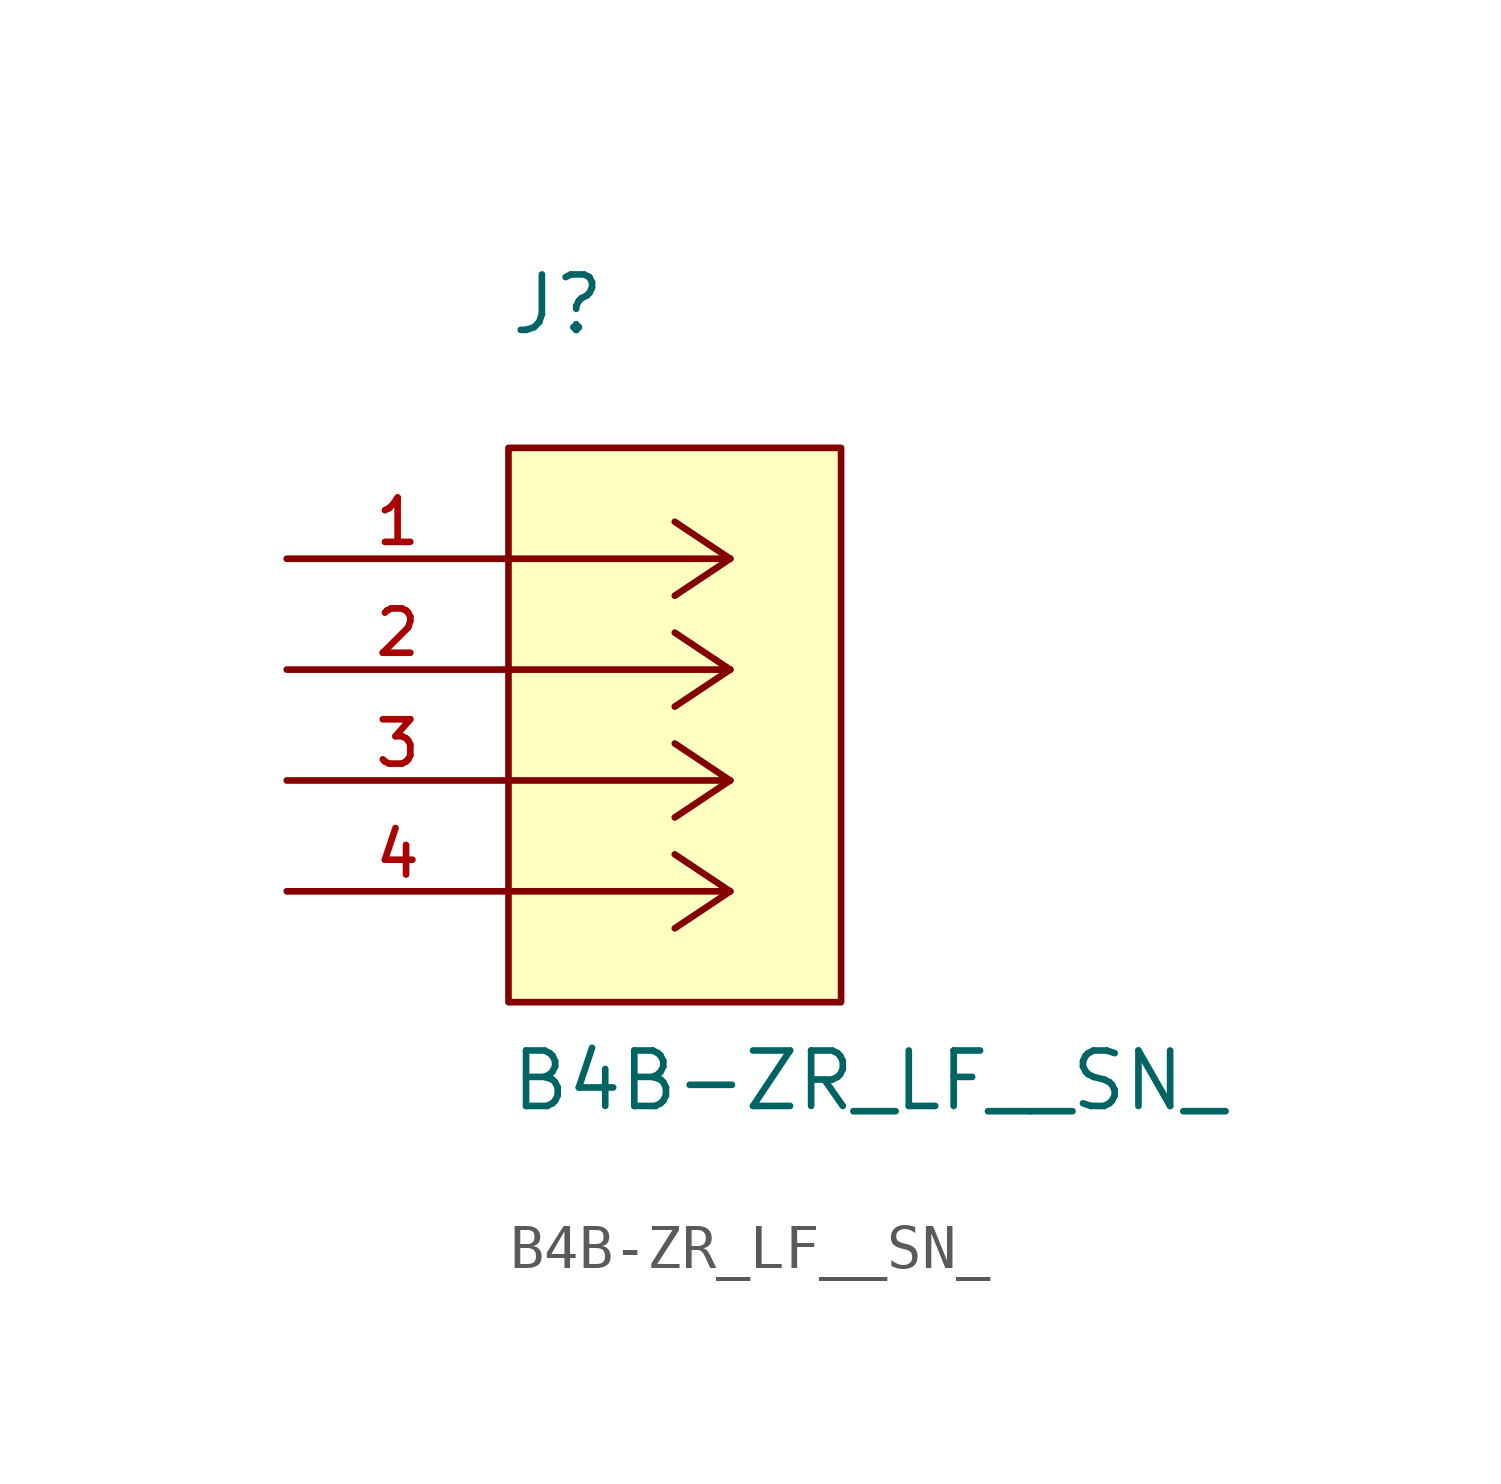
<source format=kicad_sym>
(kicad_symbol_lib
  (version 20211014)
  (generator kicad_symbol_editor)
  (symbol "B4B-ZR_LF__SN_"
    (pin_names
      (offset 1.016))
    (property "Reference" "J"
      (at 5.08 5.08 0)
      (effects (font (size 1.27 1.27)) (justify bottom left)))
    (property "Value" "B4B-ZR_LF__SN_"
      (at 5.08 -12.7 0)
      (effects (font (size 1.27 1.27)) (justify bottom left)))
    (symbol "B4B-ZR_LF__SN__0_0"
      (polyline (pts (xy 10.16 0.0) (xy 5.08 0.0)) (stroke (width 0.152)))
      (polyline (pts (xy 10.16 -2.54) (xy 5.08 -2.54)) (stroke (width 0.152)))
      (polyline (pts (xy 10.16 -5.08) (xy 5.08 -5.08)) (stroke (width 0.152)))
      (polyline (pts (xy 10.16 -7.62) (xy 5.08 -7.62)) (stroke (width 0.152)))
      (polyline (pts (xy 10.16 0.0) (xy 8.89 0.847)) (stroke (width 0.152)))
      (polyline (pts (xy 10.16 -2.54) (xy 8.89 -1.693)) (stroke (width 0.152)))
      (polyline (pts (xy 10.16 -5.08) (xy 8.89 -4.233)) (stroke (width 0.152)))
      (polyline (pts (xy 10.16 -7.62) (xy 8.89 -6.773)) (stroke (width 0.152)))
      (polyline (pts (xy 10.16 0.0) (xy 8.89 -0.847)) (stroke (width 0.152)))
      (polyline (pts (xy 10.16 -2.54) (xy 8.89 -3.387)) (stroke (width 0.152)))
      (polyline (pts (xy 10.16 -5.08) (xy 8.89 -5.927)) (stroke (width 0.152)))
      (polyline (pts (xy 10.16 -7.62) (xy 8.89 -8.467)) (stroke (width 0.152)))
      (rectangle (start 5.08 -10.16) (end 12.7 2.54) (stroke (width 0.152)) (fill (type background)))
      (pin passive line (at 0.0 0.0 0) (length 5.08) (name "~" (effects (font (size 1.016 1.016)))) (number "1" (effects (font (size 1.016 1.016)))))
      (pin passive line (at 0.0 -2.54 0) (length 5.08) (name "~" (effects (font (size 1.016 1.016)))) (number "2" (effects (font (size 1.016 1.016)))))
      (pin passive line (at 0.0 -5.08 0) (length 5.08) (name "~" (effects (font (size 1.016 1.016)))) (number "3" (effects (font (size 1.016 1.016)))))
      (pin passive line (at 0.0 -7.62 0) (length 5.08) (name "~" (effects (font (size 1.016 1.016)))) (number "4" (effects (font (size 1.016 1.016))))))))
</source>
